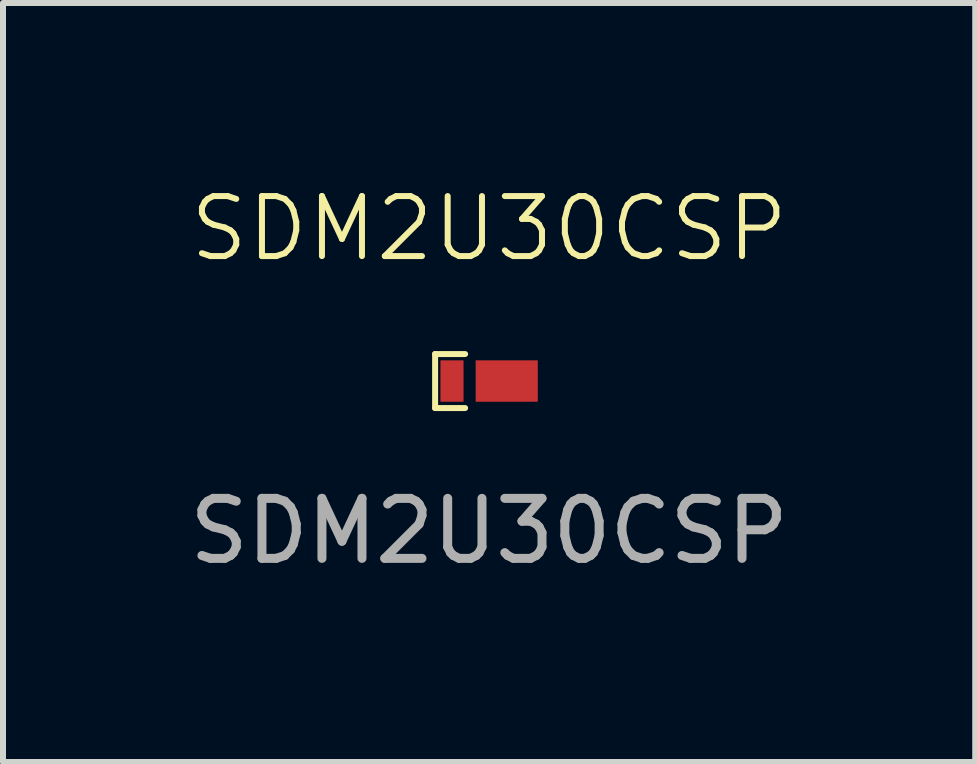
<source format=kicad_pcb>
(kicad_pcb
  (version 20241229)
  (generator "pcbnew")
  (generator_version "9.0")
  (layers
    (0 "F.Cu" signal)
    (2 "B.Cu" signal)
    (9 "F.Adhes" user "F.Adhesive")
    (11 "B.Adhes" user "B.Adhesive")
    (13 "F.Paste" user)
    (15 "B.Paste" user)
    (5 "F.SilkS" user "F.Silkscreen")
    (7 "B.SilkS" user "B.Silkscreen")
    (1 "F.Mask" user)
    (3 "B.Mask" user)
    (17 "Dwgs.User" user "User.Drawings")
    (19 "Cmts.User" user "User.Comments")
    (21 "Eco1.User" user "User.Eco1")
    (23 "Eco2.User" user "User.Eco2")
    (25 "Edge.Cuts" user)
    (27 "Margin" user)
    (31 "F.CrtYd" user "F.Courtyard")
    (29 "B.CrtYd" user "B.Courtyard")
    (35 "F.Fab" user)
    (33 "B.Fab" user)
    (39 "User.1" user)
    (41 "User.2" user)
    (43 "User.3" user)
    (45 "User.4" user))
  (footprint "SDM2U30CSP"
    (layer "F.Cu")
    (at 5.101 3.3)
    (property "Reference" "SDM2U30CSP" (at 0 -2.54 0) (unlocked yes) (layer "F.SilkS") (effects (font (size 1 1) (thickness 0.1))))
    (attr smd)
    (fp_rect (start -0.811 -0.345) (end -0.426 0.345) (stroke (width 0) (type solid)) (fill yes) (layer "F.Cu"))
    (fp_rect (start -0.224 -0.345) (end 0.811 0.345) (stroke (width 0) (type solid)) (fill yes) (layer "F.Cu"))
    (fp_line (start -0.9 -0.45) (end -0.9 0.45) (stroke (width 0.1) (type default)) (layer "F.SilkS"))
    (fp_line (start -0.9 0.45) (end -0.4 0.45) (stroke (width 0.1) (type default)) (layer "F.SilkS"))
    (fp_line (start -0.4 -0.45) (end -0.9 -0.45) (stroke (width 0.1) (type default)) (layer "F.SilkS"))
    (fp_text user "${REFERENCE}" (at 0 2.5 0) (unlocked yes) (layer "F.Fab") (effects (font (size 1 1) (thickness 0.15))))
    (pad "1" smd roundrect (at -0.619 0) (size 0.2 0.2) (layers "F.Cu" "F.Mask" "F.Paste") (roundrect_rratio 0.15))
    (pad "2" smd roundrect (at 0.293 0) (size 0.2 0.2) (layers "F.Cu" "F.Mask" "F.Paste") (roundrect_rratio 0.15)))
  (gr_rect
    (start -3 -3)
    (end 13.202 9.649)
    (stroke (width 0.1) (type default))
    (fill no)
    (layer "Edge.Cuts")))
</source>
